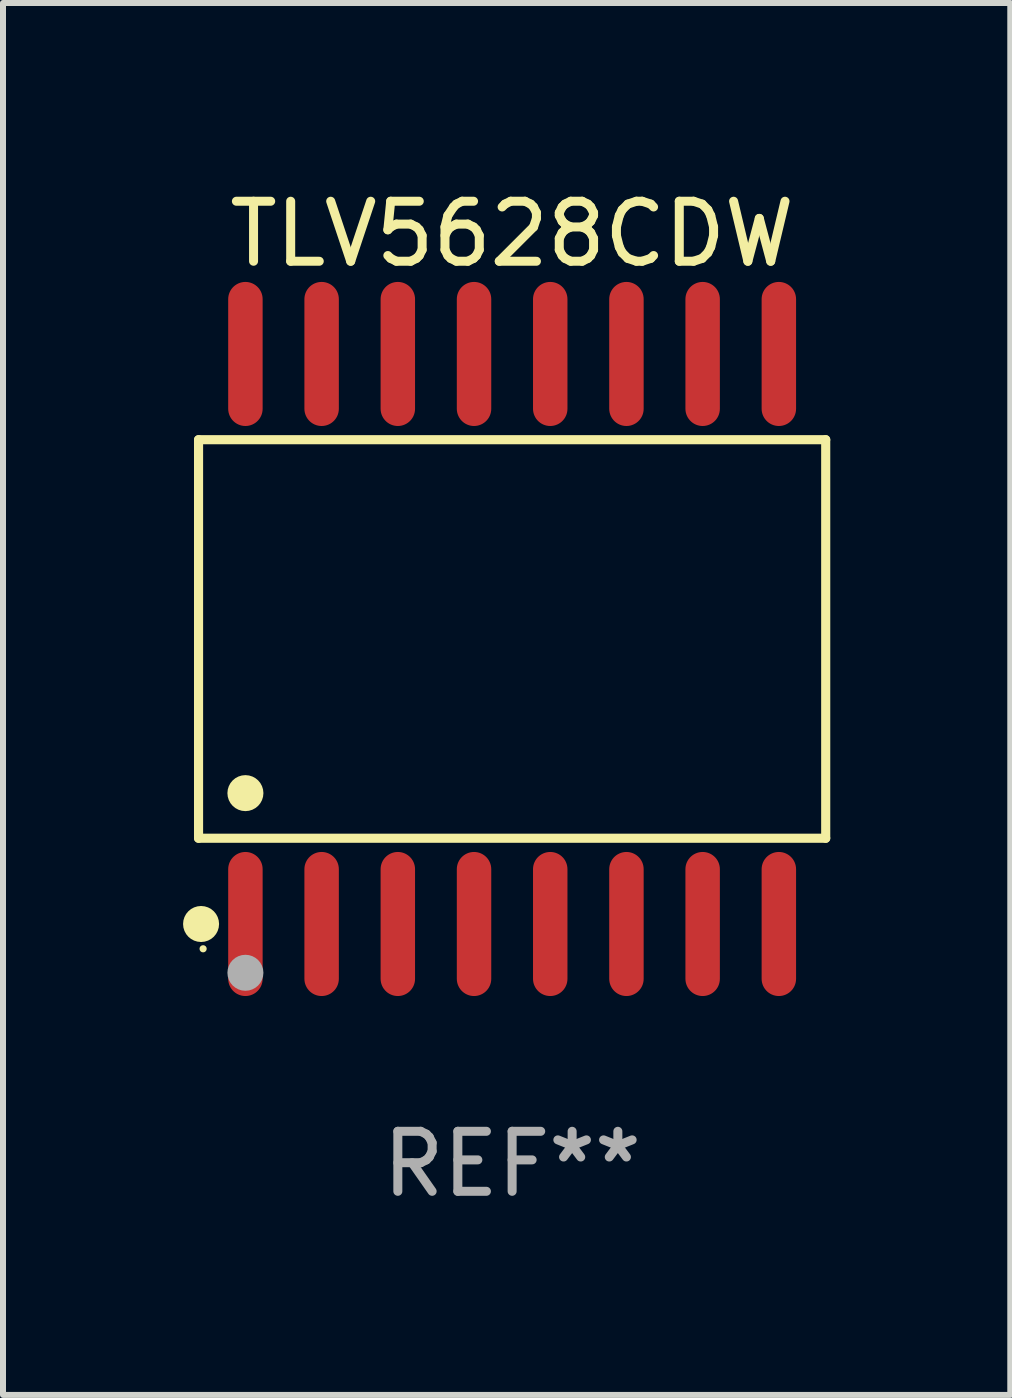
<source format=kicad_pcb>
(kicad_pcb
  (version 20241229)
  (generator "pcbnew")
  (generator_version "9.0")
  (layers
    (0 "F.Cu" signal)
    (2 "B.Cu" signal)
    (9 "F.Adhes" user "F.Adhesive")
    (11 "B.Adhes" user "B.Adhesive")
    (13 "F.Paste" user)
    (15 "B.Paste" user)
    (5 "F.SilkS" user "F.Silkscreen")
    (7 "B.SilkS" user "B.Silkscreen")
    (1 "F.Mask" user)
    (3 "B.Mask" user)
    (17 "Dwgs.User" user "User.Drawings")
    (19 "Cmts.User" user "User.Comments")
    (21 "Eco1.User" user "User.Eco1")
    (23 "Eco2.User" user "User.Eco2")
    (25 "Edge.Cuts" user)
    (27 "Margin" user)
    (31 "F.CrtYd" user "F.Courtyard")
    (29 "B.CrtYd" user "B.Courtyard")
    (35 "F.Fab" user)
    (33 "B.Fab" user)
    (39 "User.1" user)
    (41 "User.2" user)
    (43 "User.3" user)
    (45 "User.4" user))
  (footprint "TLV5628CDW"
    (layer "F.Cu")
    (at 5.485 7.599)
    (property "Reference" "TLV5628CDW" (at 0 -6.75 0) (layer "F.SilkS") (effects (font (size 1 1) (thickness 0.15))))
    (attr through_hole)
    (fp_line (start -5.226 -3.321) (end 5.226 -3.321) (stroke (width 0.152) (type solid)) (layer "F.SilkS"))
    (fp_line (start -5.226 3.321) (end -5.226 -3.321) (stroke (width 0.152) (type solid)) (layer "F.SilkS"))
    (fp_line (start 5.226 -3.321) (end 5.226 3.321) (stroke (width 0.152) (type solid)) (layer "F.SilkS"))
    (fp_line (start 5.226 3.321) (end -5.226 3.321) (stroke (width 0.152) (type solid)) (layer "F.SilkS"))
    (fp_circle (center -5.184 4.75) (end -5.034 4.75) (stroke (width 0.3) (type solid)) (fill no) (layer "F.SilkS"))
    (fp_circle (center -5.15 5.163) (end -5.12 5.163) (stroke (width 0.06) (type solid)) (fill no) (layer "F.SilkS"))
    (fp_circle (center -4.445 2.569) (end -4.295 2.569) (stroke (width 0.3) (type solid)) (fill no) (layer "F.SilkS"))
    (fp_circle (center -4.445 5.563) (end -4.295 5.563) (stroke (width 0.3) (type solid)) (fill no) (layer "F.Fab"))
    (fp_text user "REF**" (at 0 8.75 0) (layer "F.Fab") (effects (font (size 1 1) (thickness 0.15))))
    (pad "1" smd oval (at -4.445 4.75) (size 0.574 2.401) (layers "F.Cu" "F.Mask" "F.Paste"))
    (pad "2" smd oval (at -3.175 4.75) (size 0.574 2.401) (layers "F.Cu" "F.Mask" "F.Paste"))
    (pad "3" smd oval (at -1.905 4.75) (size 0.574 2.401) (layers "F.Cu" "F.Mask" "F.Paste"))
    (pad "4" smd oval (at -0.635 4.75) (size 0.574 2.401) (layers "F.Cu" "F.Mask" "F.Paste"))
    (pad "5" smd oval (at 0.635 4.75) (size 0.574 2.401) (layers "F.Cu" "F.Mask" "F.Paste"))
    (pad "6" smd oval (at 1.905 4.75) (size 0.574 2.401) (layers "F.Cu" "F.Mask" "F.Paste"))
    (pad "7" smd oval (at 3.175 4.75) (size 0.574 2.401) (layers "F.Cu" "F.Mask" "F.Paste"))
    (pad "8" smd oval (at 4.445 4.75) (size 0.574 2.401) (layers "F.Cu" "F.Mask" "F.Paste"))
    (pad "9" smd oval (at 4.445 -4.75) (size 0.574 2.401) (layers "F.Cu" "F.Mask" "F.Paste"))
    (pad "10" smd oval (at 3.175 -4.75) (size 0.574 2.401) (layers "F.Cu" "F.Mask" "F.Paste"))
    (pad "11" smd oval (at 1.905 -4.75) (size 0.574 2.401) (layers "F.Cu" "F.Mask" "F.Paste"))
    (pad "12" smd oval (at 0.635 -4.75) (size 0.574 2.401) (layers "F.Cu" "F.Mask" "F.Paste"))
    (pad "13" smd oval (at -0.635 -4.75) (size 0.574 2.401) (layers "F.Cu" "F.Mask" "F.Paste"))
    (pad "14" smd oval (at -1.905 -4.75) (size 0.574 2.401) (layers "F.Cu" "F.Mask" "F.Paste"))
    (pad "15" smd oval (at -3.175 -4.75) (size 0.574 2.401) (layers "F.Cu" "F.Mask" "F.Paste"))
    (pad "16" smd oval (at -4.445 -4.75) (size 0.574 2.401) (layers "F.Cu" "F.Mask" "F.Paste")))
  (gr_rect
    (start -3 -3)
    (end 13.787 20.197)
    (stroke (width 0.1) (type default))
    (fill no)
    (layer "Edge.Cuts")))
</source>
